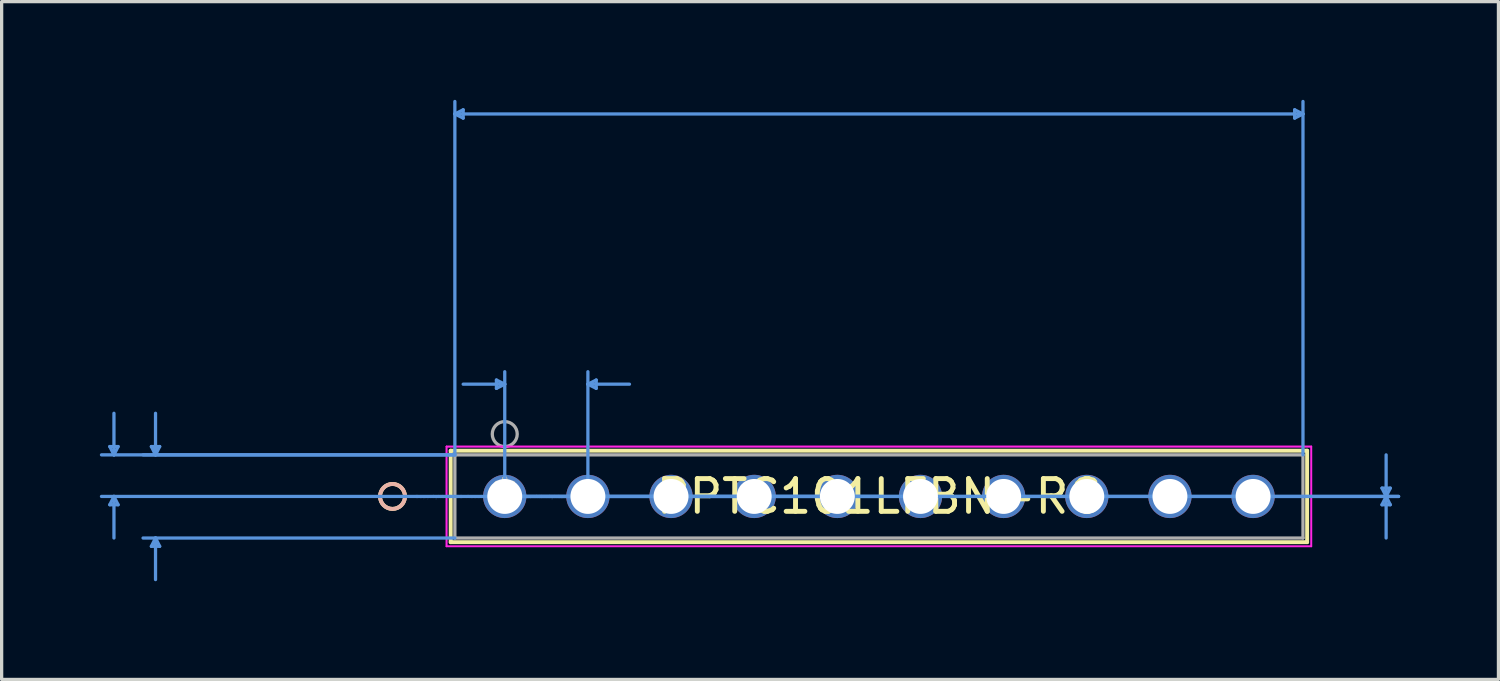
<source format=kicad_pcb>
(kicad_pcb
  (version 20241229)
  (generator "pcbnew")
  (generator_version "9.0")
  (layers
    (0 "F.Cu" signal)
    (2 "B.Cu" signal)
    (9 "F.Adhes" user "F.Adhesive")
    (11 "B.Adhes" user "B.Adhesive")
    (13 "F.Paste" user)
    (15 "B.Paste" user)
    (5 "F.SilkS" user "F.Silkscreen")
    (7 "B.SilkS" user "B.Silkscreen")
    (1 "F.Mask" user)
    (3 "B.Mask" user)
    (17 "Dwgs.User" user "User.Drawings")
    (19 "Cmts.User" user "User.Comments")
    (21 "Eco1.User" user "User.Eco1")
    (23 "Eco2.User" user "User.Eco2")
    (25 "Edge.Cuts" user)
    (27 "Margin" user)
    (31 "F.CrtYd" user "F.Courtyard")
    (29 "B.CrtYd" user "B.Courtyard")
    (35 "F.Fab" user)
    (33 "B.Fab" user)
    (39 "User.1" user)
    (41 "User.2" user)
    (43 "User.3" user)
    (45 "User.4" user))
  (footprint "PPTC101LFBN-RC"
    (layer "F.Cu")
    (at 12.369 12.115)
    (property "Reference" "PPTC101LFBN-RC" (at 11.43 0 0) (layer "F.SilkS") (effects (font (size 1 1) (thickness 0.15))))
    (attr through_hole)
    (fp_line (start -1.651 -1.397) (end -1.651 1.397) (stroke (width 0.12) (type solid)) (layer "F.SilkS"))
    (fp_line (start -1.651 1.397) (end 24.511 1.397) (stroke (width 0.12) (type solid)) (layer "F.SilkS"))
    (fp_line (start 24.511 -1.397) (end -1.651 -1.397) (stroke (width 0.12) (type solid)) (layer "F.SilkS"))
    (fp_line (start 24.511 1.397) (end 24.511 -1.397) (stroke (width 0.12) (type solid)) (layer "F.SilkS"))
    (fp_circle (center -3.429 0) (end -3.048 0) (stroke (width 0.12) (type solid)) (fill no) (layer "F.SilkS"))
    (fp_circle (center -3.429 0) (end -3.048 0) (stroke (width 0.12) (type solid)) (fill no) (layer "B.SilkS"))
    (fp_line (start -12.065 -1.524) (end -11.811 -1.524) (stroke (width 0.1) (type solid)) (layer "Cmts.User"))
    (fp_line (start -12.065 0.254) (end -11.811 0.254) (stroke (width 0.1) (type solid)) (layer "Cmts.User"))
    (fp_line (start -11.938 -1.27) (end -12.065 -1.524) (stroke (width 0.1) (type solid)) (layer "Cmts.User"))
    (fp_line (start -11.938 -1.27) (end -11.938 -2.54) (stroke (width 0.1) (type solid)) (layer "Cmts.User"))
    (fp_line (start -11.938 -1.27) (end -11.811 -1.524) (stroke (width 0.1) (type solid)) (layer "Cmts.User"))
    (fp_line (start -11.938 0) (end -12.065 0.254) (stroke (width 0.1) (type solid)) (layer "Cmts.User"))
    (fp_line (start -11.938 0) (end -11.938 1.27) (stroke (width 0.1) (type solid)) (layer "Cmts.User"))
    (fp_line (start -11.938 0) (end -11.811 0.254) (stroke (width 0.1) (type solid)) (layer "Cmts.User"))
    (fp_line (start -10.795 -1.524) (end -10.541 -1.524) (stroke (width 0.1) (type solid)) (layer "Cmts.User"))
    (fp_line (start -10.795 1.524) (end -10.541 1.524) (stroke (width 0.1) (type solid)) (layer "Cmts.User"))
    (fp_line (start -10.668 -1.27) (end -10.795 -1.524) (stroke (width 0.1) (type solid)) (layer "Cmts.User"))
    (fp_line (start -10.668 -1.27) (end -10.668 -2.54) (stroke (width 0.1) (type solid)) (layer "Cmts.User"))
    (fp_line (start -10.668 -1.27) (end -10.541 -1.524) (stroke (width 0.1) (type solid)) (layer "Cmts.User"))
    (fp_line (start -10.668 1.27) (end -10.795 1.524) (stroke (width 0.1) (type solid)) (layer "Cmts.User"))
    (fp_line (start -10.668 1.27) (end -10.668 2.54) (stroke (width 0.1) (type solid)) (layer "Cmts.User"))
    (fp_line (start -10.668 1.27) (end -10.541 1.524) (stroke (width 0.1) (type solid)) (layer "Cmts.User"))
    (fp_line (start -1.524 -11.684) (end -1.27 -11.811) (stroke (width 0.1) (type solid)) (layer "Cmts.User"))
    (fp_line (start -1.524 -11.684) (end -1.27 -11.557) (stroke (width 0.1) (type solid)) (layer "Cmts.User"))
    (fp_line (start -1.524 -11.684) (end 24.384 -11.684) (stroke (width 0.1) (type solid)) (layer "Cmts.User"))
    (fp_line (start -1.524 -1.27) (end -12.319 -1.27) (stroke (width 0.1) (type solid)) (layer "Cmts.User"))
    (fp_line (start -1.524 -1.27) (end -11.049 -1.27) (stroke (width 0.1) (type solid)) (layer "Cmts.User"))
    (fp_line (start -1.524 -1.27) (end -1.524 -12.065) (stroke (width 0.1) (type solid)) (layer "Cmts.User"))
    (fp_line (start -1.524 1.27) (end -11.049 1.27) (stroke (width 0.1) (type solid)) (layer "Cmts.User"))
    (fp_line (start -1.27 -11.811) (end -1.27 -11.557) (stroke (width 0.1) (type solid)) (layer "Cmts.User"))
    (fp_line (start -0.254 -3.556) (end -0.254 -3.302) (stroke (width 0.1) (type solid)) (layer "Cmts.User"))
    (fp_line (start 0 -3.429) (end -1.27 -3.429) (stroke (width 0.1) (type solid)) (layer "Cmts.User"))
    (fp_line (start 0 -3.429) (end -0.254 -3.556) (stroke (width 0.1) (type solid)) (layer "Cmts.User"))
    (fp_line (start 0 -3.429) (end -0.254 -3.302) (stroke (width 0.1) (type solid)) (layer "Cmts.User"))
    (fp_line (start 0 0) (end 0 -3.81) (stroke (width 0.1) (type solid)) (layer "Cmts.User"))
    (fp_line (start 0 0) (end 27.305 0) (stroke (width 0.1) (type solid)) (layer "Cmts.User"))
    (fp_line (start 0 0) (end 27.305 0) (stroke (width 0.1) (type solid)) (layer "Cmts.User"))
    (fp_line (start 2.54 -3.429) (end 2.794 -3.556) (stroke (width 0.1) (type solid)) (layer "Cmts.User"))
    (fp_line (start 2.54 -3.429) (end 2.794 -3.302) (stroke (width 0.1) (type solid)) (layer "Cmts.User"))
    (fp_line (start 2.54 -3.429) (end 3.81 -3.429) (stroke (width 0.1) (type solid)) (layer "Cmts.User"))
    (fp_line (start 2.54 0) (end 2.54 -3.81) (stroke (width 0.1) (type solid)) (layer "Cmts.User"))
    (fp_line (start 2.794 -3.556) (end 2.794 -3.302) (stroke (width 0.1) (type solid)) (layer "Cmts.User"))
    (fp_line (start 11.43 0) (end -12.319 0) (stroke (width 0.1) (type solid)) (layer "Cmts.User"))
    (fp_line (start 24.13 -11.811) (end 24.13 -11.557) (stroke (width 0.1) (type solid)) (layer "Cmts.User"))
    (fp_line (start 24.384 -11.684) (end 24.13 -11.811) (stroke (width 0.1) (type solid)) (layer "Cmts.User"))
    (fp_line (start 24.384 -11.684) (end 24.13 -11.557) (stroke (width 0.1) (type solid)) (layer "Cmts.User"))
    (fp_line (start 24.384 -1.27) (end 24.384 -12.065) (stroke (width 0.1) (type solid)) (layer "Cmts.User"))
    (fp_line (start 26.797 -0.254) (end 27.051 -0.254) (stroke (width 0.1) (type solid)) (layer "Cmts.User"))
    (fp_line (start 26.797 0.254) (end 27.051 0.254) (stroke (width 0.1) (type solid)) (layer "Cmts.User"))
    (fp_line (start 26.924 0) (end 26.797 -0.254) (stroke (width 0.1) (type solid)) (layer "Cmts.User"))
    (fp_line (start 26.924 0) (end 26.797 0.254) (stroke (width 0.1) (type solid)) (layer "Cmts.User"))
    (fp_line (start 26.924 0) (end 26.924 -1.27) (stroke (width 0.1) (type solid)) (layer "Cmts.User"))
    (fp_line (start 26.924 0) (end 26.924 1.27) (stroke (width 0.1) (type solid)) (layer "Cmts.User"))
    (fp_line (start 26.924 0) (end 27.051 -0.254) (stroke (width 0.1) (type solid)) (layer "Cmts.User"))
    (fp_line (start 26.924 0) (end 27.051 0.254) (stroke (width 0.1) (type solid)) (layer "Cmts.User"))
    (fp_line (start -1.778 -1.524) (end -1.778 1.524) (stroke (width 0.05) (type solid)) (layer "F.CrtYd"))
    (fp_line (start -1.778 -1.524) (end -1.778 1.524) (stroke (width 0.05) (type solid)) (layer "F.CrtYd"))
    (fp_line (start -1.778 1.524) (end 24.638 1.524) (stroke (width 0.05) (type solid)) (layer "F.CrtYd"))
    (fp_line (start -1.778 1.524) (end 24.638 1.524) (stroke (width 0.05) (type solid)) (layer "F.CrtYd"))
    (fp_line (start 24.638 -1.524) (end -1.778 -1.524) (stroke (width 0.05) (type solid)) (layer "F.CrtYd"))
    (fp_line (start 24.638 -1.524) (end -1.778 -1.524) (stroke (width 0.05) (type solid)) (layer "F.CrtYd"))
    (fp_line (start 24.638 1.524) (end 24.638 -1.524) (stroke (width 0.05) (type solid)) (layer "F.CrtYd"))
    (fp_line (start 24.638 1.524) (end 24.638 -1.524) (stroke (width 0.05) (type solid)) (layer "F.CrtYd"))
    (fp_line (start -1.524 -1.27) (end -1.524 1.27) (stroke (width 0.1) (type solid)) (layer "F.Fab"))
    (fp_line (start -1.524 1.27) (end 24.384 1.27) (stroke (width 0.1) (type solid)) (layer "F.Fab"))
    (fp_line (start 24.384 -1.27) (end -1.524 -1.27) (stroke (width 0.1) (type solid)) (layer "F.Fab"))
    (fp_line (start 24.384 1.27) (end 24.384 -1.27) (stroke (width 0.1) (type solid)) (layer "F.Fab"))
    (fp_circle (center 0 -1.905) (end 0.381 -1.905) (stroke (width 0.1) (type solid)) (fill no) (layer "F.Fab"))
    (fp_text user "*" (at 0 0 0) (layer "F.SilkS") (effects (font (size 1 1) (thickness 0.15))))
    (fp_text user "Copyright 2021 Accelerated Designs. All rights reserved." (at 0 0 0) (layer "Cmts.User") (effects (font (size 0.127 0.127) (thickness 0.002))))
    (fp_text user "*" (at 0 0 0) (layer "F.Fab") (effects (font (size 1 1) (thickness 0.15))))
    (pad "1" thru_hole circle (at 0 0) (size 1.321 1.321) (drill 1.067) (layers "*.Cu" "*.Mask"))
    (pad "2" thru_hole circle (at 2.54 0) (size 1.321 1.321) (drill 1.067) (layers "*.Cu" "*.Mask"))
    (pad "3" thru_hole circle (at 5.08 0) (size 1.321 1.321) (drill 1.067) (layers "*.Cu" "*.Mask"))
    (pad "4" thru_hole circle (at 7.62 0) (size 1.321 1.321) (drill 1.067) (layers "*.Cu" "*.Mask"))
    (pad "5" thru_hole circle (at 10.16 0) (size 1.321 1.321) (drill 1.067) (layers "*.Cu" "*.Mask"))
    (pad "6" thru_hole circle (at 12.7 0) (size 1.321 1.321) (drill 1.067) (layers "*.Cu" "*.Mask"))
    (pad "7" thru_hole circle (at 15.24 0) (size 1.321 1.321) (drill 1.067) (layers "*.Cu" "*.Mask"))
    (pad "8" thru_hole circle (at 17.78 0) (size 1.321 1.321) (drill 1.067) (layers "*.Cu" "*.Mask"))
    (pad "9" thru_hole circle (at 20.32 0) (size 1.321 1.321) (drill 1.067) (layers "*.Cu" "*.Mask"))
    (pad "10" thru_hole circle (at 22.86 0) (size 1.321 1.321) (drill 1.067) (layers "*.Cu" "*.Mask")))
  (gr_rect
    (start -3 -3)
    (end 42.724 17.705)
    (stroke (width 0.1) (type default))
    (fill no)
    (layer "Edge.Cuts")))
</source>
